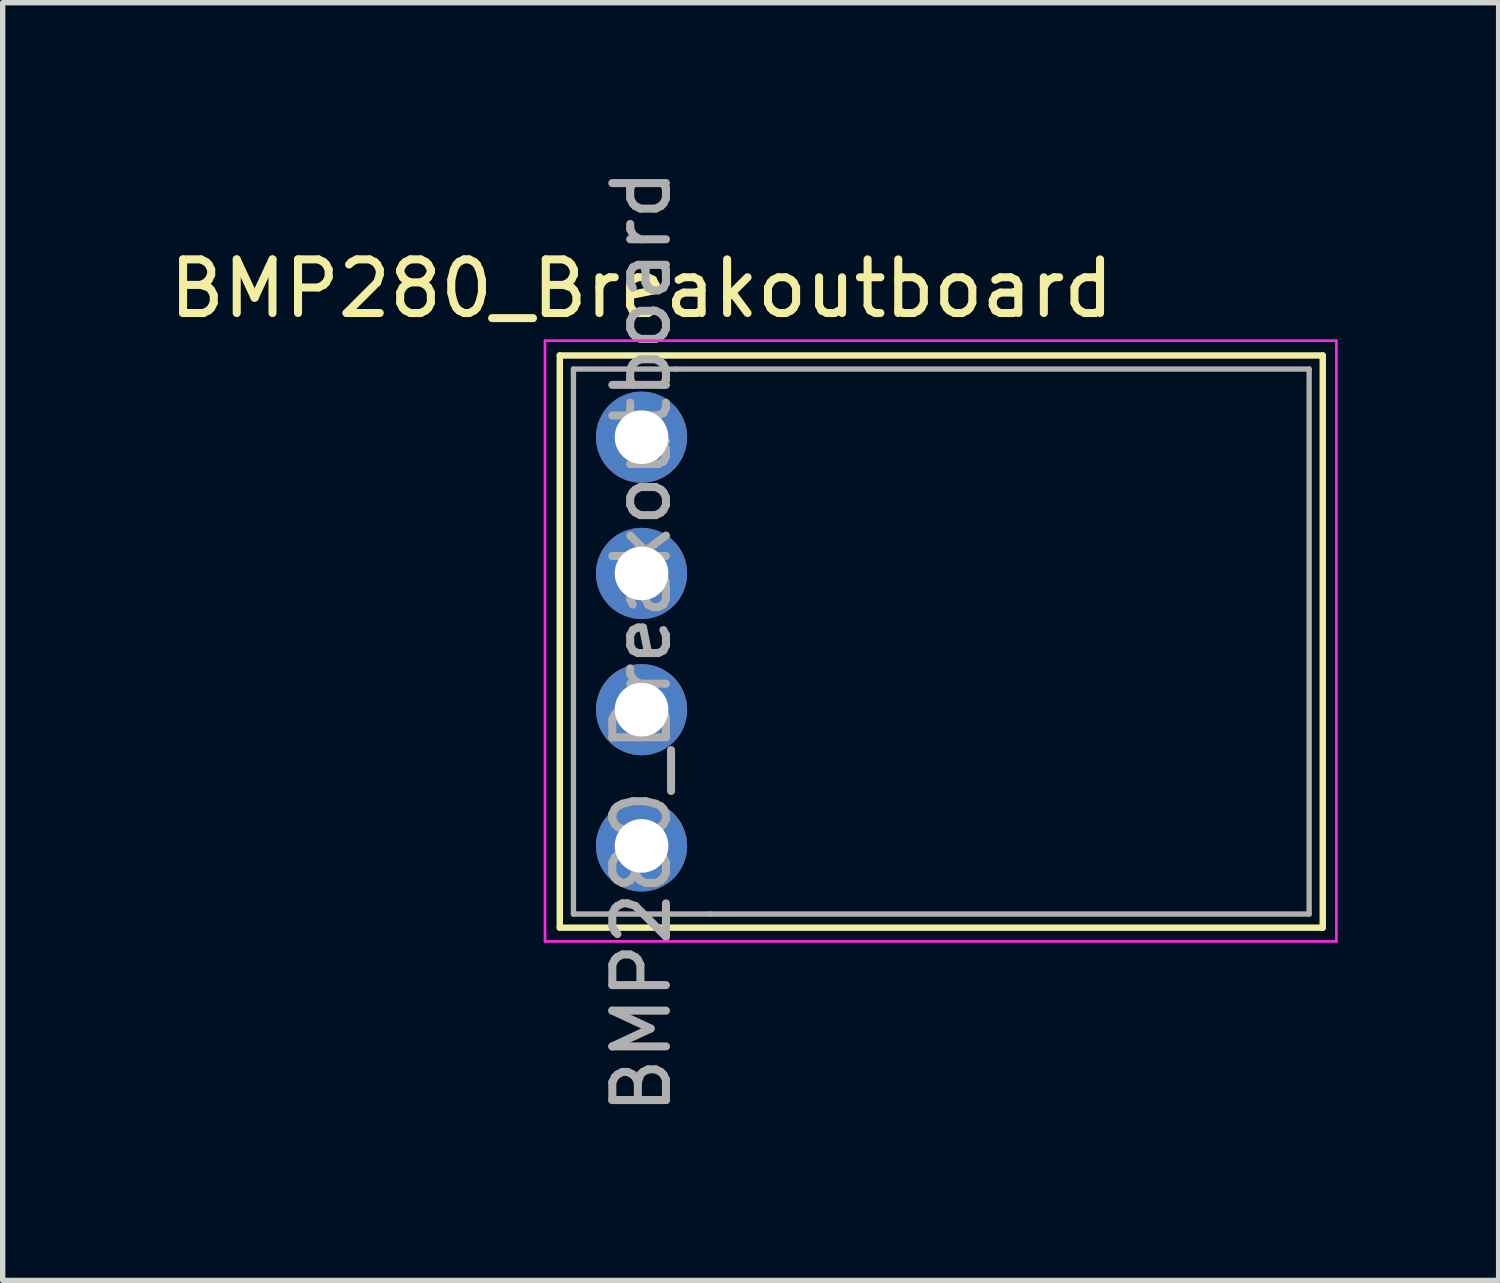
<source format=kicad_pcb>
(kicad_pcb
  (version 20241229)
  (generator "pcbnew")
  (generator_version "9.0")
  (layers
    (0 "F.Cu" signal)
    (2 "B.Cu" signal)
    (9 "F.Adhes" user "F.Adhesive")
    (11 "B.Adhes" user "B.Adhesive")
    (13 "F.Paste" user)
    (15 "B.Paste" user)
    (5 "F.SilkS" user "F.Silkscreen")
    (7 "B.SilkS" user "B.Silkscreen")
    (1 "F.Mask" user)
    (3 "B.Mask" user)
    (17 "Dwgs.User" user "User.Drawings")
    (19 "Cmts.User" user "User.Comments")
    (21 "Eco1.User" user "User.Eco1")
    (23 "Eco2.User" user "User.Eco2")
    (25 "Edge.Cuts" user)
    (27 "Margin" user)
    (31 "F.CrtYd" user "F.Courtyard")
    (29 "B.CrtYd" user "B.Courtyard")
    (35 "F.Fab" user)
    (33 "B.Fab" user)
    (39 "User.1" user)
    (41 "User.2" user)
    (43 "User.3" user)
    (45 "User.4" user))
  (footprint "BMP280_Breakoutboard"
    (layer "F.Cu")
    (at 8.911 5.101)
    (property "Reference" "BMP280_Breakoutboard" (at 0 -2.77 0) (layer "F.SilkS") (effects (font (size 1 1) (thickness 0.15))))
    (attr through_hole)
    (fp_line (start -1.524 -1.524) (end 12.7 -1.524) (stroke (width 0.12) (type solid)) (layer "F.SilkS"))
    (fp_line (start -1.524 9.144) (end -1.524 -1.524) (stroke (width 0.12) (type solid)) (layer "F.SilkS"))
    (fp_line (start 12.7 -1.524) (end 12.7 9.144) (stroke (width 0.12) (type solid)) (layer "F.SilkS"))
    (fp_line (start 12.7 9.144) (end -1.524 9.144) (stroke (width 0.12) (type solid)) (layer "F.SilkS"))
    (fp_line (start -1.8 -1.8) (end 12.954 -1.8) (stroke (width 0.05) (type solid)) (layer "F.CrtYd"))
    (fp_line (start -1.8 9.4) (end -1.8 -1.8) (stroke (width 0.05) (type solid)) (layer "F.CrtYd"))
    (fp_line (start 12.954 -1.8) (end 12.954 9.4) (stroke (width 0.05) (type solid)) (layer "F.CrtYd"))
    (fp_line (start 12.954 9.4) (end -1.8 9.4) (stroke (width 0.05) (type solid)) (layer "F.CrtYd"))
    (fp_line (start -1.27 -1.27) (end 0.635 -1.27) (stroke (width 0.1) (type solid)) (layer "F.Fab"))
    (fp_line (start -1.27 8.89) (end -1.27 -1.27) (stroke (width 0.1) (type solid)) (layer "F.Fab"))
    (fp_line (start 0.635 -1.27) (end 12.446 -1.27) (stroke (width 0.1) (type solid)) (layer "F.Fab"))
    (fp_line (start 1.27 8.89) (end -1.27 8.89) (stroke (width 0.1) (type solid)) (layer "F.Fab"))
    (fp_line (start 1.27 8.89) (end 12.446 8.89) (stroke (width 0.1) (type solid)) (layer "F.Fab"))
    (fp_line (start 12.446 -1.27) (end 12.446 8.89) (stroke (width 0.1) (type solid)) (layer "F.Fab"))
    (fp_text user "${REFERENCE}" (at 0 3.81 90) (layer "F.Fab") (effects (font (size 1 1) (thickness 0.15))))
    (pad "1" thru_hole circle (at 0 0) (size 1.7 1.7) (drill 1) (layers "*.Cu" "*.Mask"))
    (pad "2" thru_hole oval (at 0 2.54) (size 1.7 1.7) (drill 1) (layers "*.Cu" "*.Mask"))
    (pad "3" thru_hole oval (at 0 5.08) (size 1.7 1.7) (drill 1) (layers "*.Cu" "*.Mask"))
    (pad "4" thru_hole oval (at 0 7.62) (size 1.7 1.7) (drill 1) (layers "*.Cu" "*.Mask")))
  (gr_rect
    (start -3 -3)
    (end 24.89 20.821)
    (stroke (width 0.1) (type default))
    (fill no)
    (layer "Edge.Cuts")))
</source>
